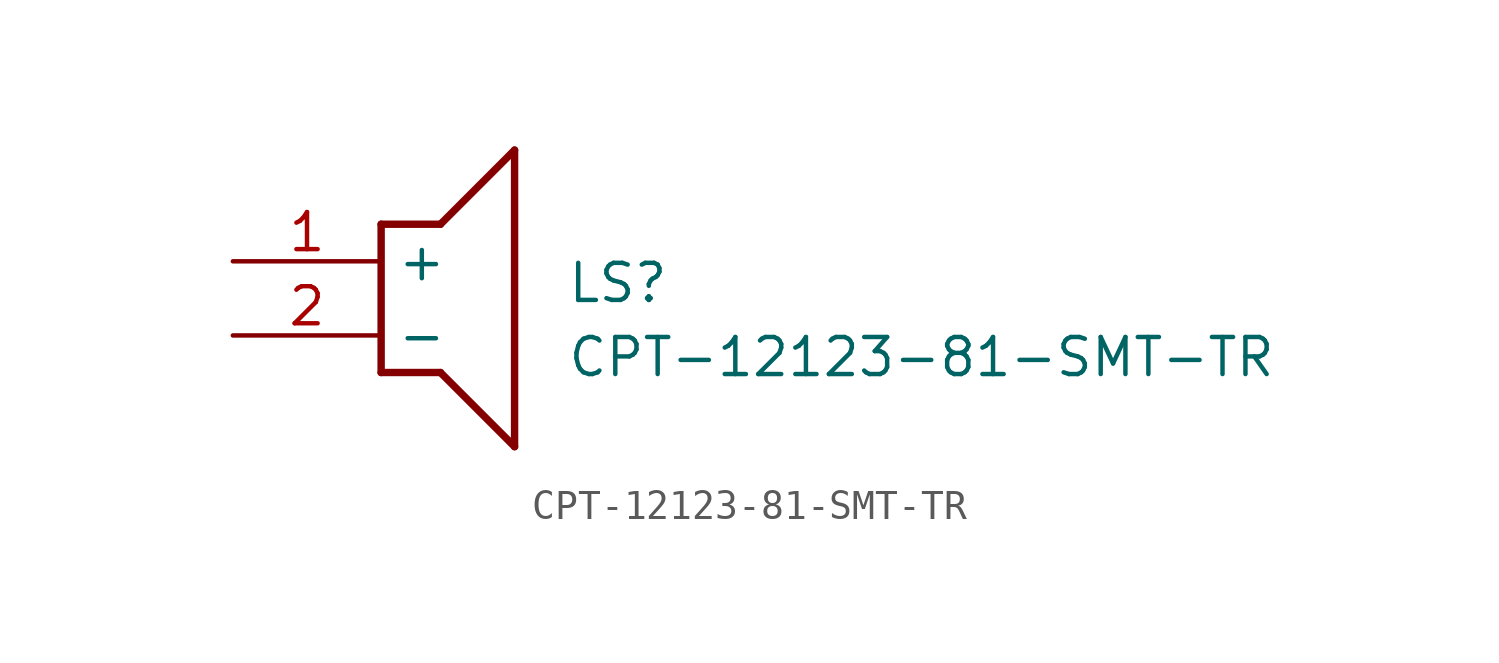
<source format=kicad_sym>
(kicad_symbol_lib
  (version 20220914)
  (generator kicad_symbol_editor)
  (symbol "CPT-12123-81-SMT-TR"
    (property "Reference" "LS"
      (at 11.43 0 0)
      (effects (font (size 1.27 1.27)) (justify left top)))
    (property "Value" "CPT-12123-81-SMT-TR"
      (at 11.43 -2.54 0)
      (effects (font (size 1.27 1.27)) (justify left top)))
    (symbol "CPT-12123-81-SMT-TR_1_1"
      (polyline (pts (xy 5.08 1.27) (xy 5.08 -3.81)) (stroke (width 0.254) (type default)) (fill (type none)))
      (polyline (pts (xy 5.08 1.27) (xy 7.112 1.27)) (stroke (width 0.254) (type default)) (fill (type none)))
      (polyline (pts (xy 7.112 -3.81) (xy 5.08 -3.81)) (stroke (width 0.254) (type default)) (fill (type none)))
      (polyline (pts (xy 7.112 -3.81) (xy 9.652 -6.35)) (stroke (width 0.254) (type default)) (fill (type none)))
      (polyline (pts (xy 9.652 3.81) (xy 7.112 1.27)) (stroke (width 0.254) (type default)) (fill (type none)))
      (polyline (pts (xy 9.652 3.81) (xy 9.652 -6.35)) (stroke (width 0.254) (type default)) (fill (type none)))
      (pin passive line (at 0 0 0) (length 5.08) (name "+" (effects (font (size 1.27 1.27)))) (number "1" (effects (font (size 1.27 1.27)))))
      (pin passive line (at 0 -2.54 0) (length 5.08) (name "-" (effects (font (size 1.27 1.27)))) (number "2" (effects (font (size 1.27 1.27))))))))
</source>
